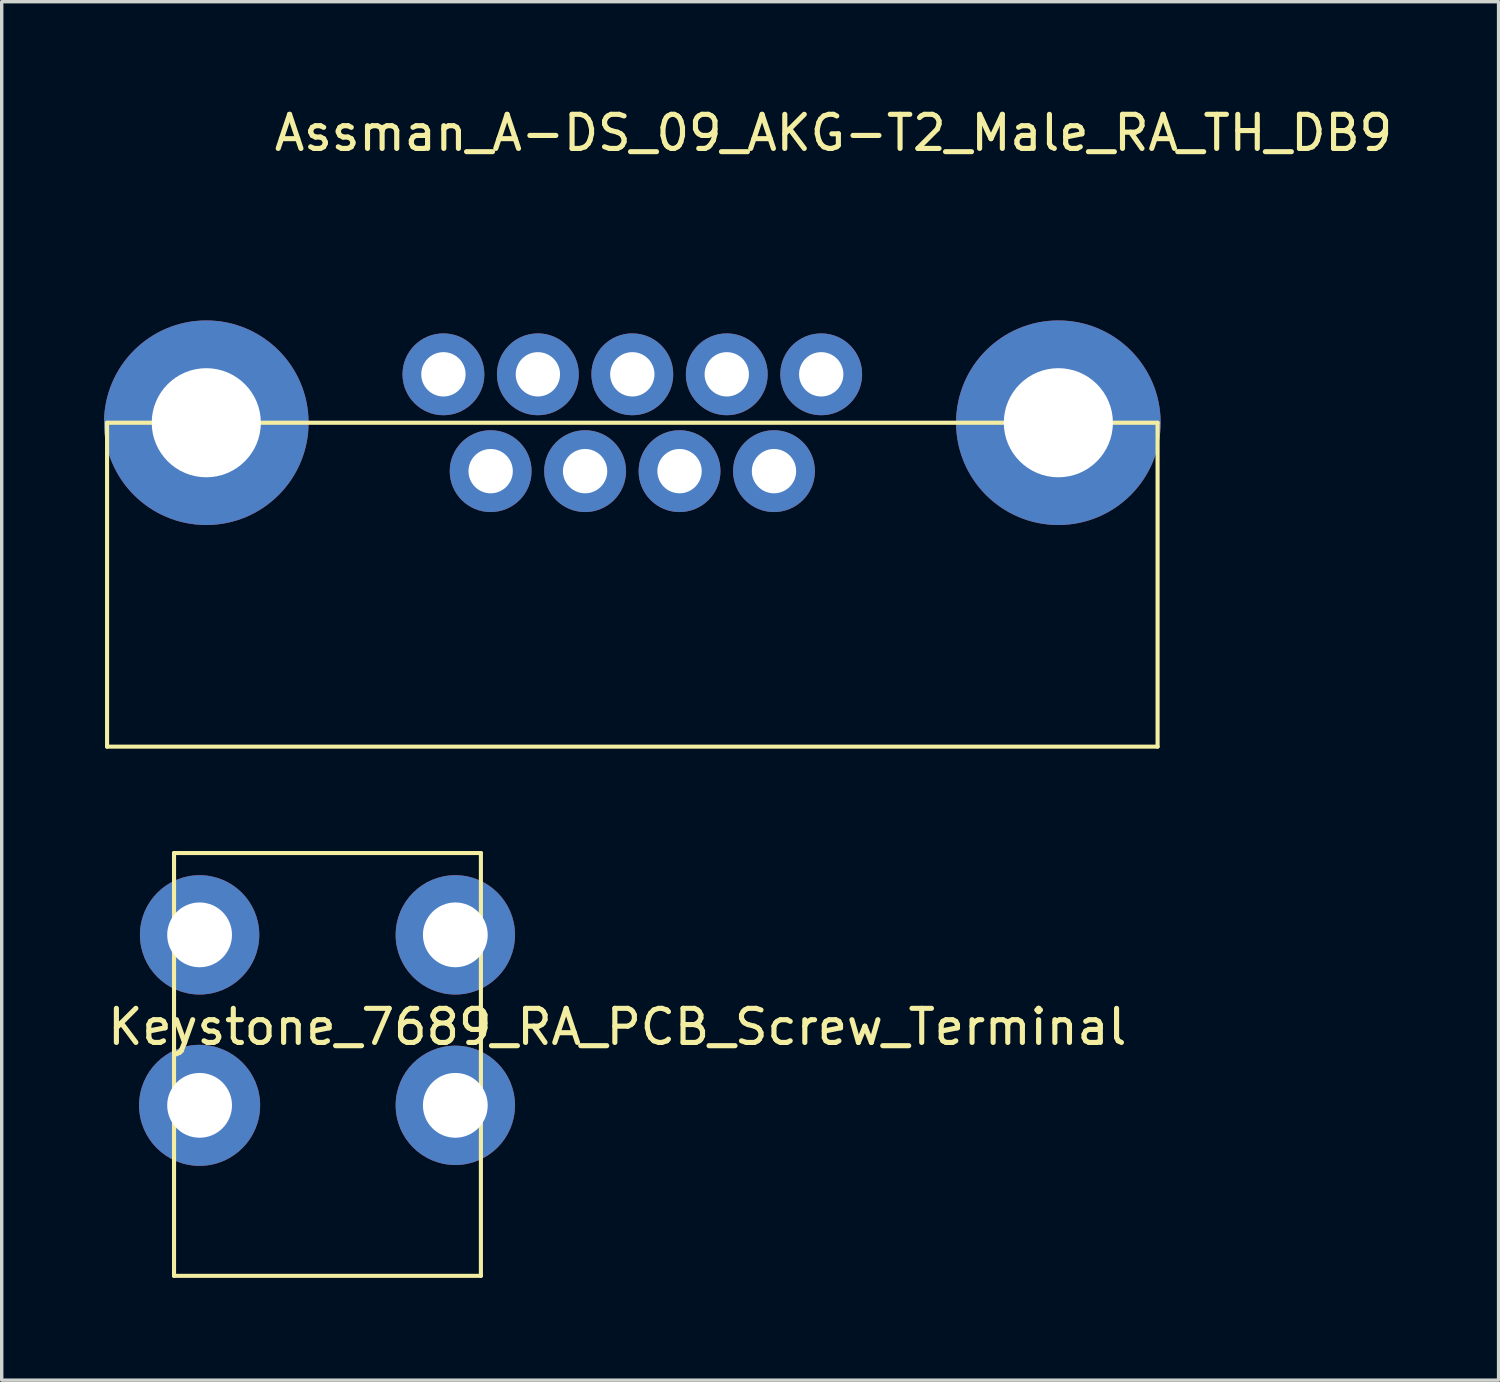
<source format=kicad_pcb>
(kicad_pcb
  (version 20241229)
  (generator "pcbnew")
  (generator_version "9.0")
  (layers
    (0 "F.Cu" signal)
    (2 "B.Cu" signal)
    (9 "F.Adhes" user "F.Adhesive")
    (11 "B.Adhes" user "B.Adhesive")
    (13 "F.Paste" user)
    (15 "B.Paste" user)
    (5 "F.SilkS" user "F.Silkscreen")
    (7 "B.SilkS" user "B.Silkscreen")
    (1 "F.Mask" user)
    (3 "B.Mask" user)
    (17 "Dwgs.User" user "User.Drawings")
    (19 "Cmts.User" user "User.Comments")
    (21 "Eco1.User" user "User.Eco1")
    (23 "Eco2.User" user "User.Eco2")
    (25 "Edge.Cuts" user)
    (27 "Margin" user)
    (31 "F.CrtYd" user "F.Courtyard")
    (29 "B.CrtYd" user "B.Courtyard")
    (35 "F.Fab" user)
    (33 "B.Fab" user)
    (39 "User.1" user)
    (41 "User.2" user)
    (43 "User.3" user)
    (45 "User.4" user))
  (footprint "Assman_A-DS_09_AKG-T2_Male_RA_TH_DB9"
    (layer "F.Cu")
    (at 15.495 9.348)
    (property "Reference" "Assman_A-DS_09_AKG-T2_Male_RA_TH_DB9" (at 5.9 -8.5 0) (unlocked yes) (layer "F.SilkS") (effects (font (size 1 1) (thickness 0.15))))
    (fp_line (start -15.405 0) (end -15.405 9.5) (stroke (width 0.12) (type solid)) (layer "F.SilkS"))
    (fp_line (start -15.405 9.5) (end 15.405 9.5) (stroke (width 0.12) (type solid)) (layer "F.SilkS"))
    (fp_line (start 15.405 0) (end -15.405 0) (stroke (width 0.12) (type solid)) (layer "F.SilkS"))
    (fp_line (start 15.405 9.5) (end 15.405 0) (stroke (width 0.12) (type solid)) (layer "F.SilkS"))
    (pad "0" thru_hole circle (at -12.495 0) (size 6 6) (drill 3.2) (layers "*.Cu" "*.Mask"))
    (pad "0" thru_hole circle (at 12.495 0) (size 6 6) (drill 3.2) (layers "*.Cu" "*.Mask"))
    (pad "1" thru_hole circle (at -5.54 -1.42) (size 2.4 2.4) (drill 1.3) (layers "*.Cu" "*.Mask"))
    (pad "2" thru_hole circle (at -2.77 -1.42) (size 2.4 2.4) (drill 1.3) (layers "*.Cu" "*.Mask"))
    (pad "3" thru_hole circle (at 0 -1.42) (size 2.4 2.4) (drill 1.3) (layers "*.Cu" "*.Mask"))
    (pad "4" thru_hole circle (at 2.77 -1.42) (size 2.4 2.4) (drill 1.3) (layers "*.Cu" "*.Mask"))
    (pad "5" thru_hole circle (at 5.54 -1.42) (size 2.4 2.4) (drill 1.3) (layers "*.Cu" "*.Mask"))
    (pad "6" thru_hole circle (at -4.155 1.42) (size 2.4 2.4) (drill 1.3) (layers "*.Cu" "*.Mask"))
    (pad "7" thru_hole circle (at -1.385 1.42) (size 2.4 2.4) (drill 1.3) (layers "*.Cu" "*.Mask"))
    (pad "8" thru_hole circle (at 1.385 1.42) (size 2.4 2.4) (drill 1.3) (layers "*.Cu" "*.Mask"))
    (pad "9" thru_hole circle (at 4.155 1.42) (size 2.4 2.4) (drill 1.3) (layers "*.Cu" "*.Mask")))
  (footprint "Keystone_7689_RA_PCB_Screw_Terminal"
    (layer "F.Cu")
    (at 6.554 29.368)
    (property "Reference" "Keystone_7689_RA_PCB_Screw_Terminal" (at 8.5 -2.3 0) (unlocked yes) (layer "F.SilkS") (effects (font (size 1 1) (thickness 0.15))))
    (fp_line (start -4.5 -7.4) (end 4.5 -7.4) (stroke (width 0.12) (type solid)) (layer "F.SilkS"))
    (fp_line (start -4.5 5) (end -4.5 -7.4) (stroke (width 0.12) (type solid)) (layer "F.SilkS"))
    (fp_line (start 4.5 -7.4) (end 4.5 5) (stroke (width 0.12) (type solid)) (layer "F.SilkS"))
    (fp_line (start 4.5 5) (end -4.5 5) (stroke (width 0.12) (type solid)) (layer "F.SilkS"))
    (pad "1" thru_hole circle (at -3.75 -5) (size 3.5 3.5) (drill 1.9) (layers "*.Cu" "*.Mask"))
    (pad "1" thru_hole circle (at -3.75 0) (size 3.55 3.55) (drill 1.9) (layers "*.Cu" "*.Mask"))
    (pad "1" thru_hole circle (at 3.75 -5) (size 3.5 3.5) (drill 1.9) (layers "*.Cu" "*.Mask"))
    (pad "1" thru_hole circle (at 3.75 0) (size 3.5 3.5) (drill 1.9) (layers "*.Cu" "*.Mask")))
  (gr_rect
    (start -3 -3)
    (end 40.901 37.428)
    (stroke (width 0.1) (type default))
    (fill no)
    (layer "Edge.Cuts")))
</source>
